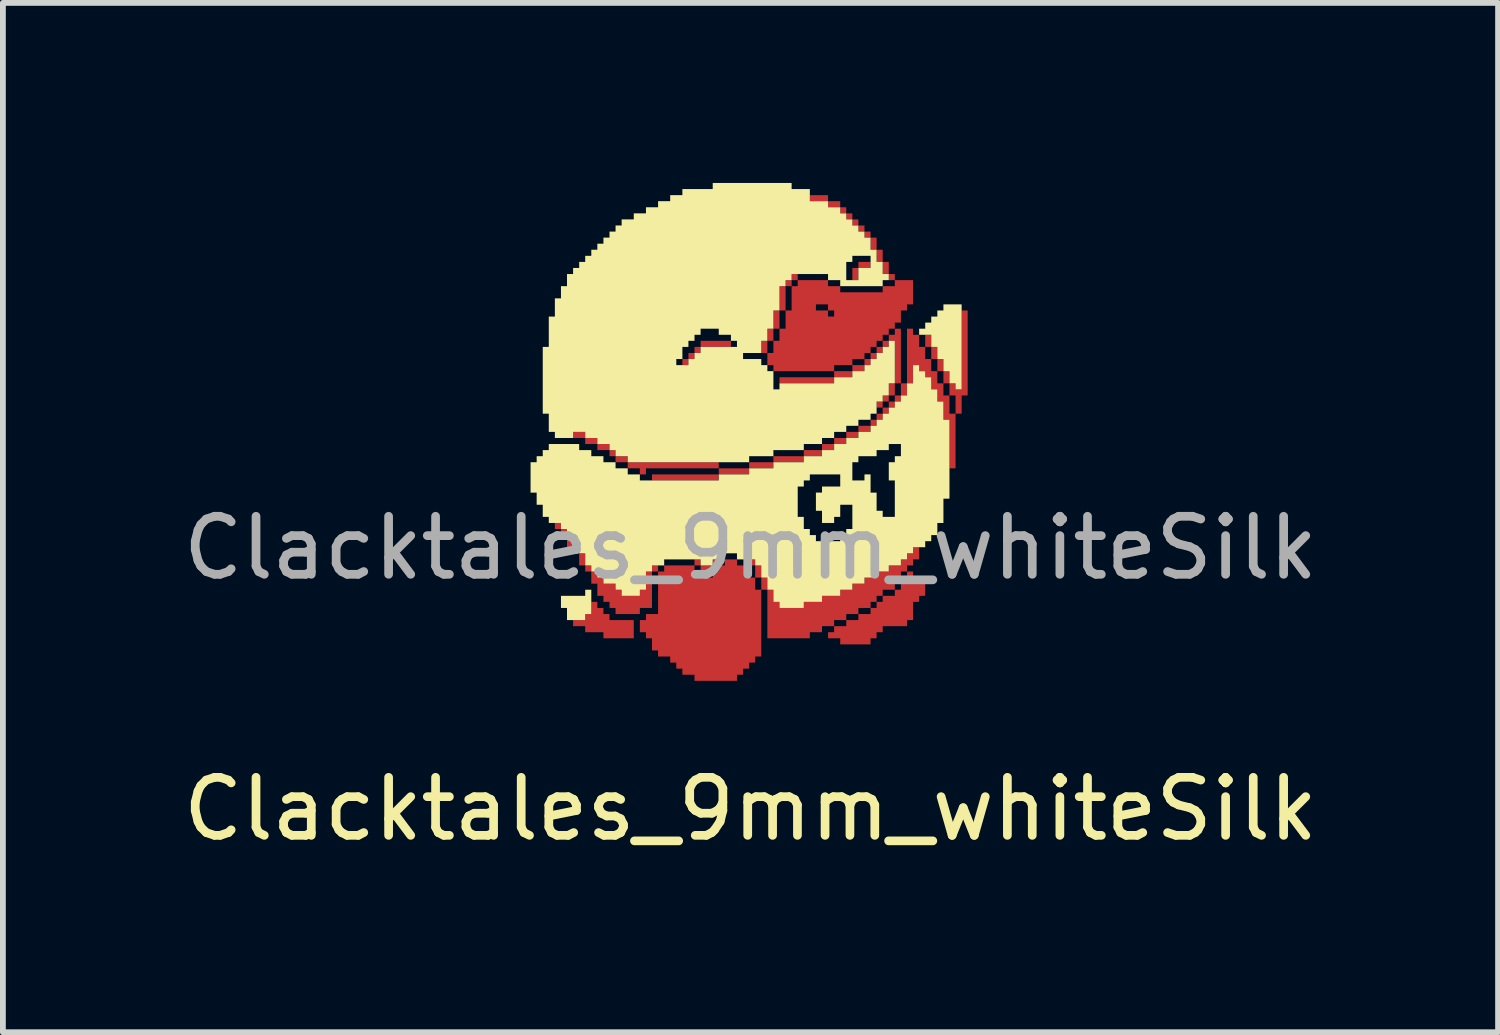
<source format=kicad_pcb>
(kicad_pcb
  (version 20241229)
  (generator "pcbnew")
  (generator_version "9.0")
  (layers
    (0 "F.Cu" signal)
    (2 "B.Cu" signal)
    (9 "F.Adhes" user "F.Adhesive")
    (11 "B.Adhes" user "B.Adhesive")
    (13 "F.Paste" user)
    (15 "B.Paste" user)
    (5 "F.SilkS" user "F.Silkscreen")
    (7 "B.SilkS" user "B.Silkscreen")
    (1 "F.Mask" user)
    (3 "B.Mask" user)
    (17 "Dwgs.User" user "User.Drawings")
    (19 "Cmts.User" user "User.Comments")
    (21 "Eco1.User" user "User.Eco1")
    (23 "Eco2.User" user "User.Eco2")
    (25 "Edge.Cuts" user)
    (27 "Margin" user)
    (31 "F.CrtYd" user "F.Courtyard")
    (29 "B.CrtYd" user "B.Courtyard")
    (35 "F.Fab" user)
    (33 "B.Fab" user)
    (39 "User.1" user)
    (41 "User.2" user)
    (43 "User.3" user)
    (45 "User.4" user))
  (footprint "Clacktales_9mm_whiteSilk"
    (layer "F.Cu")
    (at 9.887 3.895)
    (property "Reference" "Clacktales_9mm_whiteSilk" (at 0 7 0) (unlocked yes) (layer "F.SilkS") (effects (font (size 1 1) (thickness 0.15))))
    (attr smd)
    (fp_poly (pts (xy -3.267 2.174) (xy -3.372 2.174) (xy -3.372 2.07) (xy -3.267 2.07)) (stroke (width 0) (type solid)) (fill yes) (layer "F.Cu"))
    (fp_poly (pts (xy -3.163 2.279) (xy -3.267 2.279) (xy -3.267 2.174) (xy -3.163 2.174)) (stroke (width 0) (type solid)) (fill yes) (layer "F.Cu"))
    (fp_poly (pts (xy -3.058 2.488) (xy -3.163 2.488) (xy -3.163 2.279) (xy -3.058 2.279)) (stroke (width 0) (type solid)) (fill yes) (layer "F.Cu"))
    (fp_poly (pts (xy -2.953 2.593) (xy -3.058 2.593) (xy -3.058 2.488) (xy -2.953 2.488)) (stroke (width 0) (type solid)) (fill yes) (layer "F.Cu"))
    (fp_poly (pts (xy -2.849 0.605) (xy -3.058 0.605) (xy -3.058 0.5) (xy -2.849 0.5)) (stroke (width 0) (type solid)) (fill yes) (layer "F.Cu"))
    (fp_poly (pts (xy -2.849 2.802) (xy -2.953 2.802) (xy -2.953 2.593) (xy -2.849 2.593)) (stroke (width 0) (type solid)) (fill yes) (layer "F.Cu"))
    (fp_poly (pts (xy -2.744 2.907) (xy -2.849 2.907) (xy -2.849 2.802) (xy -2.744 2.802)) (stroke (width 0) (type solid)) (fill yes) (layer "F.Cu"))
    (fp_poly (pts (xy -2.64 0.709) (xy -2.849 0.709) (xy -2.849 0.605) (xy -2.64 0.605)) (stroke (width 0) (type solid)) (fill yes) (layer "F.Cu"))
    (fp_poly (pts (xy -2.43 0.814) (xy -2.64 0.814) (xy -2.64 0.709) (xy -2.43 0.709)) (stroke (width 0) (type solid)) (fill yes) (layer "F.Cu"))
    (fp_poly (pts (xy -2.326 0.919) (xy -2.43 0.919) (xy -2.43 0.814) (xy -2.326 0.814)) (stroke (width 0) (type solid)) (fill yes) (layer "F.Cu"))
    (fp_poly (pts (xy -2.116 1.023) (xy -2.326 1.023) (xy -2.326 0.919) (xy -2.116 0.919)) (stroke (width 0) (type solid)) (fill yes) (layer "F.Cu"))
    (fp_poly (pts (xy -1.593 2.907) (xy -1.698 2.907) (xy -1.698 2.802) (xy -1.593 2.802)) (stroke (width 0) (type solid)) (fill yes) (layer "F.Cu"))
    (fp_poly (pts (xy -1.07 -0.651) (xy -1.174 -0.651) (xy -1.174 -0.756) (xy -1.07 -0.756)) (stroke (width 0) (type solid)) (fill yes) (layer "F.Cu"))
    (fp_poly (pts (xy -0.965 -0.756) (xy -1.07 -0.756) (xy -1.07 -0.86) (xy -0.965 -0.86)) (stroke (width 0) (type solid)) (fill yes) (layer "F.Cu"))
    (fp_poly (pts (xy -0.86 -0.86) (xy -0.965 -0.86) (xy -0.965 -0.965) (xy -0.86 -0.965)) (stroke (width 0) (type solid)) (fill yes) (layer "F.Cu"))
    (fp_poly (pts (xy -0.86 2.802) (xy -0.965 2.802) (xy -0.965 2.698) (xy -0.86 2.698)) (stroke (width 0) (type solid)) (fill yes) (layer "F.Cu"))
    (fp_poly (pts (xy -0.651 2.907) (xy -0.86 2.907) (xy -0.86 2.802) (xy -0.651 2.802)) (stroke (width 0) (type solid)) (fill yes) (layer "F.Cu"))
    (fp_poly (pts (xy -0.547 1.337) (xy -1.698 1.337) (xy -1.698 1.233) (xy -0.547 1.233)) (stroke (width 0) (type solid)) (fill yes) (layer "F.Cu"))
    (fp_poly (pts (xy -0.547 2.802) (xy -0.651 2.802) (xy -0.651 2.698) (xy -0.547 2.698)) (stroke (width 0) (type solid)) (fill yes) (layer "F.Cu"))
    (fp_poly (pts (xy -0.442 2.698) (xy -0.547 2.698) (xy -0.547 2.593) (xy -0.442 2.593)) (stroke (width 0) (type solid)) (fill yes) (layer "F.Cu"))
    (fp_poly (pts (xy -0.337 -0.965) (xy -0.86 -0.965) (xy -0.86 -1.07) (xy -0.337 -1.07)) (stroke (width 0) (type solid)) (fill yes) (layer "F.Cu"))
    (fp_poly (pts (xy -0.023 1.233) (xy -0.547 1.233) (xy -0.547 1.128) (xy -0.023 1.128)) (stroke (width 0) (type solid)) (fill yes) (layer "F.Cu"))
    (fp_poly (pts (xy 0.081 2.802) (xy -0.023 2.802) (xy -0.023 2.698) (xy 0.081 2.698)) (stroke (width 0) (type solid)) (fill yes) (layer "F.Cu"))
    (fp_poly (pts (xy 0.186 3.012) (xy 0.081 3.012) (xy 0.081 2.802) (xy 0.186 2.802)) (stroke (width 0) (type solid)) (fill yes) (layer "F.Cu"))
    (fp_poly (pts (xy 0.291 -0.86) (xy 0.186 -0.86) (xy 0.186 -1.07) (xy 0.291 -1.07)) (stroke (width 0) (type solid)) (fill yes) (layer "F.Cu"))
    (fp_poly (pts (xy 0.291 3.221) (xy 0.186 3.221) (xy 0.186 3.012) (xy 0.291 3.012)) (stroke (width 0) (type solid)) (fill yes) (layer "F.Cu"))
    (fp_poly (pts (xy 0.395 -1.07) (xy 0.291 -1.07) (xy 0.291 -1.279) (xy 0.395 -1.279)) (stroke (width 0) (type solid)) (fill yes) (layer "F.Cu"))
    (fp_poly (pts (xy 0.395 1.128) (xy -0.023 1.128) (xy -0.023 1.023) (xy 0.395 1.023)) (stroke (width 0) (type solid)) (fill yes) (layer "F.Cu"))
    (fp_poly (pts (xy 0.5 -1.279) (xy 0.395 -1.279) (xy 0.395 -1.593) (xy 0.5 -1.593)) (stroke (width 0) (type solid)) (fill yes) (layer "F.Cu"))
    (fp_poly (pts (xy 0.605 -1.593) (xy 0.5 -1.593) (xy 0.5 -2.012) (xy 0.605 -2.012)) (stroke (width 0) (type solid)) (fill yes) (layer "F.Cu"))
    (fp_poly (pts (xy 0.709 -2.012) (xy 0.605 -2.012) (xy 0.605 -2.116) (xy 0.709 -2.116)) (stroke (width 0) (type solid)) (fill yes) (layer "F.Cu"))
    (fp_poly (pts (xy 0.814 -2.116) (xy 0.709 -2.116) (xy 0.709 -2.221) (xy 0.814 -2.221)) (stroke (width 0) (type solid)) (fill yes) (layer "F.Cu"))
    (fp_poly (pts (xy 0.919 1.023) (xy 0.395 1.023) (xy 0.395 0.919) (xy 0.919 0.919)) (stroke (width 0) (type solid)) (fill yes) (layer "F.Cu"))
    (fp_poly (pts (xy 1.233 0.919) (xy 0.919 0.919) (xy 0.919 0.814) (xy 1.233 0.814)) (stroke (width 0) (type solid)) (fill yes) (layer "F.Cu"))
    (fp_poly (pts (xy 1.337 -3.477) (xy 1.023 -3.477) (xy 1.023 -3.581) (xy 1.337 -3.581)) (stroke (width 0) (type solid)) (fill yes) (layer "F.Cu"))
    (fp_poly (pts (xy 1.442 -0.337) (xy 0.5 -0.337) (xy 0.5 -0.442) (xy 1.442 -0.442)) (stroke (width 0) (type solid)) (fill yes) (layer "F.Cu"))
    (fp_poly (pts (xy 1.442 0.814) (xy 1.233 0.814) (xy 1.233 0.709) (xy 1.442 0.709)) (stroke (width 0) (type solid)) (fill yes) (layer "F.Cu"))
    (fp_poly (pts (xy 1.547 -3.372) (xy 1.337 -3.372) (xy 1.337 -3.477) (xy 1.547 -3.477)) (stroke (width 0) (type solid)) (fill yes) (layer "F.Cu"))
    (fp_poly (pts (xy 1.651 -3.267) (xy 1.547 -3.267) (xy 1.547 -3.372) (xy 1.651 -3.372)) (stroke (width 0) (type solid)) (fill yes) (layer "F.Cu"))
    (fp_poly (pts (xy 1.651 0.709) (xy 1.442 0.709) (xy 1.442 0.605) (xy 1.651 0.605)) (stroke (width 0) (type solid)) (fill yes) (layer "F.Cu"))
    (fp_poly (pts (xy 1.756 -3.163) (xy 1.651 -3.163) (xy 1.651 -3.267) (xy 1.756 -3.267)) (stroke (width 0) (type solid)) (fill yes) (layer "F.Cu"))
    (fp_poly (pts (xy 1.756 -0.442) (xy 1.442 -0.442) (xy 1.442 -0.547) (xy 1.756 -0.547)) (stroke (width 0) (type solid)) (fill yes) (layer "F.Cu"))
    (fp_poly (pts (xy 1.86 -3.058) (xy 1.756 -3.058) (xy 1.756 -3.163) (xy 1.86 -3.163)) (stroke (width 0) (type solid)) (fill yes) (layer "F.Cu"))
    (fp_poly (pts (xy 1.86 -2.116) (xy 1.756 -2.116) (xy 1.756 -2.326) (xy 1.86 -2.326)) (stroke (width 0) (type solid)) (fill yes) (layer "F.Cu"))
    (fp_poly (pts (xy 1.86 0.605) (xy 1.651 0.605) (xy 1.651 0.5) (xy 1.86 0.5)) (stroke (width 0) (type solid)) (fill yes) (layer "F.Cu"))
    (fp_poly (pts (xy 1.965 -2.953) (xy 1.86 -2.953) (xy 1.86 -3.058) (xy 1.965 -3.058)) (stroke (width 0) (type solid)) (fill yes) (layer "F.Cu"))
    (fp_poly (pts (xy 1.965 -0.547) (xy 1.756 -0.547) (xy 1.756 -0.651) (xy 1.965 -0.651)) (stroke (width 0) (type solid)) (fill yes) (layer "F.Cu"))
    (fp_poly (pts (xy 2.07 -2.849) (xy 1.965 -2.849) (xy 1.965 -2.953) (xy 2.07 -2.953)) (stroke (width 0) (type solid)) (fill yes) (layer "F.Cu"))
    (fp_poly (pts (xy 2.07 -2.326) (xy 1.86 -2.326) (xy 1.86 -2.43) (xy 2.07 -2.43)) (stroke (width 0) (type solid)) (fill yes) (layer "F.Cu"))
    (fp_poly (pts (xy 2.07 -0.651) (xy 1.965 -0.651) (xy 1.965 -0.756) (xy 2.07 -0.756)) (stroke (width 0) (type solid)) (fill yes) (layer "F.Cu"))
    (fp_poly (pts (xy 2.07 0.5) (xy 1.86 0.5) (xy 1.86 0.395) (xy 2.07 0.395)) (stroke (width 0) (type solid)) (fill yes) (layer "F.Cu"))
    (fp_poly (pts (xy 2.174 -2.64) (xy 2.07 -2.64) (xy 2.07 -2.849) (xy 2.174 -2.849)) (stroke (width 0) (type solid)) (fill yes) (layer "F.Cu"))
    (fp_poly (pts (xy 2.174 -0.756) (xy 2.07 -0.756) (xy 2.07 -0.86) (xy 2.174 -0.86)) (stroke (width 0) (type solid)) (fill yes) (layer "F.Cu"))
    (fp_poly (pts (xy 2.174 0.395) (xy 2.07 0.395) (xy 2.07 0.291) (xy 2.174 0.291)) (stroke (width 0) (type solid)) (fill yes) (layer "F.Cu"))
    (fp_poly (pts (xy 2.279 -2.43) (xy 2.174 -2.43) (xy 2.174 -2.64) (xy 2.279 -2.64)) (stroke (width 0) (type solid)) (fill yes) (layer "F.Cu"))
    (fp_poly (pts (xy 2.279 -0.86) (xy 2.174 -0.86) (xy 2.174 -0.965) (xy 2.279 -0.965)) (stroke (width 0) (type solid)) (fill yes) (layer "F.Cu"))
    (fp_poly (pts (xy 2.279 0.081) (xy 2.174 0.081) (xy 2.174 -0.023) (xy 2.279 -0.023)) (stroke (width 0) (type solid)) (fill yes) (layer "F.Cu"))
    (fp_poly (pts (xy 2.279 0.291) (xy 2.174 0.291) (xy 2.174 0.186) (xy 2.279 0.186)) (stroke (width 0) (type solid)) (fill yes) (layer "F.Cu"))
    (fp_poly (pts (xy 2.384 -2.221) (xy 2.279 -2.221) (xy 2.279 -2.43) (xy 2.384 -2.43)) (stroke (width 0) (type solid)) (fill yes) (layer "F.Cu"))
    (fp_poly (pts (xy 2.384 -0.965) (xy 2.279 -0.965) (xy 2.279 -1.07) (xy 2.384 -1.07)) (stroke (width 0) (type solid)) (fill yes) (layer "F.Cu"))
    (fp_poly (pts (xy 2.384 -0.023) (xy 2.279 -0.023) (xy 2.279 -0.128) (xy 2.384 -0.128)) (stroke (width 0) (type solid)) (fill yes) (layer "F.Cu"))
    (fp_poly (pts (xy 2.384 0.186) (xy 2.279 0.186) (xy 2.279 0.081) (xy 2.384 0.081)) (stroke (width 0) (type solid)) (fill yes) (layer "F.Cu"))
    (fp_poly (pts (xy 2.488 -2.116) (xy 2.384 -2.116) (xy 2.384 -2.221) (xy 2.488 -2.221)) (stroke (width 0) (type solid)) (fill yes) (layer "F.Cu"))
    (fp_poly (pts (xy 2.488 -0.128) (xy 2.384 -0.128) (xy 2.384 -0.337) (xy 2.488 -0.337)) (stroke (width 0) (type solid)) (fill yes) (layer "F.Cu"))
    (fp_poly (pts (xy 2.488 0.081) (xy 2.384 0.081) (xy 2.384 -0.023) (xy 2.488 -0.023)) (stroke (width 0) (type solid)) (fill yes) (layer "F.Cu"))
    (fp_poly (pts (xy 2.593 -0.023) (xy 2.488 -0.023) (xy 2.488 -0.128) (xy 2.593 -0.128)) (stroke (width 0) (type solid)) (fill yes) (layer "F.Cu"))
    (fp_poly (pts (xy 2.698 -0.128) (xy 2.593 -0.128) (xy 2.593 -0.337) (xy 2.698 -0.337)) (stroke (width 0) (type solid)) (fill yes) (layer "F.Cu"))
    (fp_poly (pts (xy 3.116 -0.965) (xy 3.012 -0.965) (xy 3.012 -1.174) (xy 3.116 -1.174)) (stroke (width 0) (type solid)) (fill yes) (layer "F.Cu"))
    (fp_poly (pts (xy 3.221 -0.756) (xy 3.116 -0.756) (xy 3.116 -0.965) (xy 3.221 -0.965)) (stroke (width 0) (type solid)) (fill yes) (layer "F.Cu"))
    (fp_poly (pts (xy 3.326 -0.547) (xy 3.221 -0.547) (xy 3.221 -0.756) (xy 3.326 -0.756)) (stroke (width 0) (type solid)) (fill yes) (layer "F.Cu"))
    (fp_poly (pts (xy 3.43 -0.337) (xy 3.326 -0.337) (xy 3.326 -0.547) (xy 3.43 -0.547)) (stroke (width 0) (type solid)) (fill yes) (layer "F.Cu"))
    (fp_poly (pts (xy -0.547 1.128) (xy -1.802 1.128) (xy -1.802 1.233) (xy -1.907 1.233) (xy -1.907 1.128) (xy -2.116 1.128) (xy -2.116 1.023) (xy -0.547 1.023)) (stroke (width 0) (type solid)) (fill yes) (layer "F.Cu"))
    (fp_poly (pts (xy 2.593 -0.337) (xy 2.488 -0.337) (xy 2.488 -1.07) (xy 2.384 -1.07) (xy 2.384 -1.174) (xy 2.488 -1.174) (xy 2.488 -1.279) (xy 2.593 -1.279)) (stroke (width 0) (type solid)) (fill yes) (layer "F.Cu"))
    (fp_poly (pts (xy 3.744 -0.128) (xy 3.64 -0.128) (xy 3.64 0.186) (xy 3.535 0.186) (xy 3.535 -0.128) (xy 3.43 -0.128) (xy 3.43 -0.337) (xy 3.535 -0.337) (xy 3.535 -0.233) (xy 3.64 -0.233) (xy 3.64 -1.593) (xy 3.744 -1.593)) (stroke (width 0) (type solid)) (fill yes) (layer "F.Cu"))
    (fp_poly (pts (xy -2.64 3.535) (xy -2.535 3.535) (xy -2.535 3.64) (xy -2.43 3.64) (xy -2.43 3.744) (xy -2.012 3.744) (xy -2.012 4.058) (xy -2.535 4.058) (xy -2.535 3.953) (xy -2.849 3.953) (xy -2.849 3.849) (xy -3.058 3.849) (xy -3.058 3.744) (xy -2.849 3.744) (xy -2.849 3.64) (xy -2.744 3.64) (xy -2.744 3.43) (xy -2.64 3.43)) (stroke (width 0) (type solid)) (fill yes) (layer "F.Cu"))
    (fp_poly (pts (xy -2.64 3.012) (xy -2.535 3.012) (xy -2.535 3.116) (xy -2.326 3.116) (xy -2.326 3.221) (xy -2.221 3.221) (xy -2.221 3.326) (xy -1.907 3.326) (xy -1.907 3.221) (xy -1.802 3.221) (xy -1.802 2.907) (xy -1.698 2.907) (xy -1.698 3.535) (xy -1.907 3.535) (xy -1.907 3.64) (xy -2.326 3.64) (xy -2.326 3.535) (xy -2.43 3.535) (xy -2.43 3.43) (xy -2.535 3.43) (xy -2.535 3.326) (xy -2.64 3.326) (xy -2.64 3.116) (xy -2.744 3.116) (xy -2.744 2.907) (xy -2.64 2.907)) (stroke (width 0) (type solid)) (fill yes) (layer "F.Cu"))
    (fp_poly (pts (xy 2.802 -1.174) (xy 2.907 -1.174) (xy 2.907 -0.965) (xy 3.012 -0.965) (xy 3.012 -0.756) (xy 3.116 -0.756) (xy 3.116 -0.547) (xy 3.221 -0.547) (xy 3.221 -0.337) (xy 3.326 -0.337) (xy 3.326 -0.128) (xy 3.43 -0.128) (xy 3.43 0.186) (xy 3.535 0.186) (xy 3.535 1.128) (xy 3.43 1.128) (xy 3.43 0.291) (xy 3.326 0.291) (xy 3.326 -0.023) (xy 3.221 -0.023) (xy 3.221 -0.233) (xy 3.116 -0.233) (xy 3.116 -0.442) (xy 3.012 -0.442) (xy 3.012 -0.547) (xy 2.907 -0.547) (xy 2.907 -0.651) (xy 2.802 -0.651) (xy 2.802 -0.337) (xy 2.698 -0.337) (xy 2.698 -1.279) (xy 2.802 -1.279)) (stroke (width 0) (type solid)) (fill yes) (layer "F.Cu"))
    (fp_poly (pts (xy 2.802 3.012) (xy 3.012 3.012) (xy 3.012 3.326) (xy 2.907 3.326) (xy 2.907 3.43) (xy 2.802 3.43) (xy 2.802 3.744) (xy 2.698 3.744) (xy 2.698 3.849) (xy 2.279 3.849) (xy 2.279 3.953) (xy 2.174 3.953) (xy 2.174 4.058) (xy 2.07 4.058) (xy 2.07 4.163) (xy 1.547 4.163) (xy 1.547 4.058) (xy 1.337 4.058) (xy 1.337 3.953) (xy 1.442 3.953) (xy 1.442 3.849) (xy 1.651 3.849) (xy 1.651 3.744) (xy 1.86 3.744) (xy 1.86 3.64) (xy 2.07 3.64) (xy 2.07 3.535) (xy 2.174 3.535) (xy 2.174 3.43) (xy 2.279 3.43) (xy 2.279 3.326) (xy 2.488 3.326) (xy 2.488 3.221) (xy 2.593 3.221) (xy 2.593 3.116) (xy 2.698 3.116) (xy 2.698 2.907) (xy 2.802 2.907)) (stroke (width 0) (type solid)) (fill yes) (layer "F.Cu"))
    (fp_poly (pts (xy -0.233 2.802) (xy -0.023 2.802) (xy -0.023 3.012) (xy 0.081 3.012) (xy 0.081 3.221) (xy 0.186 3.221) (xy 0.186 4.372) (xy 0.081 4.372) (xy 0.081 4.477) (xy -0.023 4.477) (xy -0.023 4.581) (xy -0.128 4.581) (xy -0.128 4.686) (xy -0.233 4.686) (xy -0.233 4.791) (xy -0.965 4.791) (xy -0.965 4.686) (xy -1.174 4.686) (xy -1.174 4.581) (xy -1.279 4.581) (xy -1.279 4.477) (xy -1.384 4.477) (xy -1.384 4.372) (xy -1.593 4.372) (xy -1.593 4.267) (xy -1.698 4.267) (xy -1.698 4.058) (xy -1.802 4.058) (xy -1.802 3.953) (xy -1.907 3.953) (xy -1.907 3.744) (xy -1.802 3.744) (xy -1.802 3.64) (xy -1.593 3.64) (xy -1.593 2.907) (xy -1.488 2.907) (xy -1.488 2.802) (xy -0.965 2.802) (xy -0.965 2.907) (xy -0.86 2.907) (xy -0.86 3.012) (xy -0.651 3.012) (xy -0.651 2.907) (xy -0.547 2.907) (xy -0.547 2.802) (xy -0.442 2.802) (xy -0.442 2.698) (xy -0.233 2.698)) (stroke (width 0) (type solid)) (fill yes) (layer "F.Cu"))
    (fp_poly (pts (xy 2.907 2.698) (xy 2.802 2.698) (xy 2.802 2.802) (xy 2.698 2.802) (xy 2.698 2.907) (xy 2.593 2.907) (xy 2.593 3.116) (xy 2.488 3.116) (xy 2.488 3.221) (xy 2.279 3.221) (xy 2.279 3.326) (xy 2.174 3.326) (xy 2.174 3.43) (xy 2.07 3.43) (xy 2.07 3.535) (xy 1.86 3.535) (xy 1.86 3.64) (xy 1.651 3.64) (xy 1.651 3.744) (xy 1.442 3.744) (xy 1.442 3.849) (xy 1.233 3.849) (xy 1.233 3.953) (xy 1.023 3.953) (xy 1.023 4.058) (xy 0.291 4.058) (xy 0.291 3.221) (xy 0.395 3.221) (xy 0.395 3.43) (xy 0.5 3.43) (xy 0.5 3.535) (xy 0.919 3.535) (xy 0.919 3.43) (xy 1.233 3.43) (xy 1.233 3.326) (xy 1.547 3.326) (xy 1.547 3.221) (xy 1.756 3.221) (xy 1.756 3.116) (xy 1.965 3.116) (xy 1.965 3.012) (xy 2.174 3.012) (xy 2.174 2.907) (xy 2.384 2.907) (xy 2.384 2.802) (xy 2.593 2.802) (xy 2.593 2.698) (xy 2.698 2.698) (xy 2.698 2.593) (xy 2.802 2.593) (xy 2.802 2.488) (xy 2.907 2.488)) (stroke (width 0) (type solid)) (fill yes) (layer "F.Cu"))
    (fp_poly (pts (xy 1.337 -2.012) (xy 1.547 -2.012) (xy 1.547 -1.907) (xy 2.279 -1.907) (xy 2.279 -2.012) (xy 2.488 -2.012) (xy 2.488 -2.116) (xy 2.802 -2.116) (xy 2.802 -1.698) (xy 2.698 -1.698) (xy 2.698 -1.593) (xy 2.593 -1.593) (xy 2.593 -1.384) (xy 2.488 -1.384) (xy 2.488 -1.279) (xy 2.384 -1.279) (xy 2.384 -1.174) (xy 2.279 -1.174) (xy 2.279 -1.07) (xy 2.174 -1.07) (xy 2.174 -0.965) (xy 2.07 -0.965) (xy 2.07 -0.86) (xy 1.965 -0.86) (xy 1.965 -0.756) (xy 1.756 -0.756) (xy 1.756 -0.651) (xy 1.442 -0.651) (xy 1.442 -0.546) (xy 0.395 -0.546) (xy 0.395 -0.651) (xy 0.291 -0.651) (xy 0.291 -0.86) (xy 0.395 -0.86) (xy 0.395 -1.07) (xy 0.5 -1.07) (xy 0.5 -1.279) (xy 0.605 -1.279) (xy 0.605 -1.593) (xy 0.709 -1.593) (xy 0.709 -1.698) (xy 1.128 -1.698) (xy 1.128 -1.593) (xy 1.337 -1.593) (xy 1.337 -1.488) (xy 1.442 -1.488) (xy 1.442 -1.593) (xy 1.337 -1.593) (xy 1.337 -1.698) (xy 1.128 -1.698) (xy 0.709 -1.698) (xy 0.709 -2.012) (xy 0.814 -2.012) (xy 0.814 -2.116) (xy 1.337 -2.116)) (stroke (width 0) (type solid)) (fill yes) (layer "F.Cu"))
    (fp_poly (pts (xy 0.919 1.965) (xy 0.814 1.965) (xy 0.814 1.442) (xy 0.919 1.442)) (stroke (width 0) (type solid)) (fill yes) (layer "F.Mask"))
    (fp_poly (pts (xy 1.023 1.442) (xy 0.919 1.442) (xy 0.919 1.337) (xy 1.023 1.337)) (stroke (width 0) (type solid)) (fill yes) (layer "F.Mask"))
    (fp_poly (pts (xy 1.023 2.174) (xy 0.919 2.174) (xy 0.919 1.965) (xy 1.023 1.965)) (stroke (width 0) (type solid)) (fill yes) (layer "F.Mask"))
    (fp_poly (pts (xy 1.128 1.337) (xy 1.023 1.337) (xy 1.023 1.233) (xy 1.128 1.233)) (stroke (width 0) (type solid)) (fill yes) (layer "F.Mask"))
    (fp_poly (pts (xy 1.128 2.279) (xy 1.023 2.279) (xy 1.023 2.174) (xy 1.128 2.174)) (stroke (width 0) (type solid)) (fill yes) (layer "F.Mask"))
    (fp_poly (pts (xy 1.547 2.384) (xy 1.128 2.384) (xy 1.128 2.279) (xy 1.547 2.279)) (stroke (width 0) (type solid)) (fill yes) (layer "F.Mask"))
    (fp_poly (pts (xy 1.651 2.279) (xy 1.547 2.279) (xy 1.547 2.174) (xy 1.651 2.174)) (stroke (width 0) (type solid)) (fill yes) (layer "F.Mask"))
    (fp_poly (pts (xy 1.756 2.174) (xy 1.651 2.174) (xy 1.651 2.07) (xy 1.756 2.07)) (stroke (width 0) (type solid)) (fill yes) (layer "F.Mask"))
    (fp_poly (pts (xy 1.965 1.337) (xy 1.756 1.337) (xy 1.756 1.233) (xy 1.965 1.233)) (stroke (width 0) (type solid)) (fill yes) (layer "F.Mask"))
    (fp_poly (pts (xy 2.279 1.86) (xy 2.174 1.86) (xy 2.174 1.547) (xy 2.279 1.547)) (stroke (width 0) (type solid)) (fill yes) (layer "F.Mask"))
    (fp_poly (pts (xy 2.488 1.965) (xy 2.279 1.965) (xy 2.279 1.86) (xy 2.488 1.86)) (stroke (width 0) (type solid)) (fill yes) (layer "F.Mask"))
    (fp_poly (pts (xy 2.174 1.547) (xy 2.07 1.547) (xy 2.07 1.233) (xy 1.965 1.233) (xy 1.965 1.128) (xy 2.174 1.128)) (stroke (width 0) (type solid)) (fill yes) (layer "F.Mask"))
    (fp_poly (pts (xy 2.593 0.919) (xy 2.488 0.919) (xy 2.488 1.023) (xy 2.384 1.023) (xy 2.384 1.337) (xy 2.488 1.337) (xy 2.488 1.86) (xy 2.279 1.86) (xy 2.279 1.547) (xy 2.174 1.547) (xy 2.174 1.128) (xy 1.965 1.128) (xy 1.965 1.233) (xy 1.756 1.233) (xy 1.756 1.023) (xy 1.86 1.023) (xy 1.86 0.919) (xy 2.174 0.919) (xy 2.174 0.814) (xy 2.384 0.814) (xy 2.384 0.709) (xy 2.593 0.709)) (stroke (width 0) (type solid)) (fill yes) (layer "F.Mask"))
    (fp_poly (pts (xy 1.547 1.442) (xy 1.233 1.442) (xy 1.233 1.547) (xy 1.128 1.547) (xy 1.128 1.86) (xy 1.233 1.86) (xy 1.233 2.07) (xy 1.442 2.07) (xy 1.442 1.965) (xy 1.547 1.965) (xy 1.547 1.756) (xy 1.756 1.756) (xy 1.756 2.07) (xy 1.651 2.07) (xy 1.651 2.174) (xy 1.547 2.174) (xy 1.547 2.279) (xy 1.128 2.279) (xy 1.128 2.174) (xy 1.023 2.174) (xy 1.023 1.965) (xy 0.919 1.965) (xy 0.919 1.442) (xy 1.023 1.442) (xy 1.023 1.337) (xy 1.128 1.337) (xy 1.128 1.233) (xy 1.547 1.233)) (stroke (width 0) (type solid)) (fill yes) (layer "F.Mask"))
    (fp_poly (pts (xy 2.802 3.012) (xy 3.012 3.012) (xy 3.012 3.326) (xy 2.907 3.326) (xy 2.907 3.43) (xy 2.802 3.43) (xy 2.802 3.744) (xy 2.698 3.744) (xy 2.698 3.849) (xy 2.279 3.849) (xy 2.279 3.953) (xy 2.174 3.953) (xy 2.174 4.058) (xy 2.07 4.058) (xy 2.07 4.163) (xy 1.547 4.163) (xy 1.547 4.058) (xy 1.337 4.058) (xy 1.337 3.953) (xy 1.442 3.953) (xy 1.442 3.849) (xy 1.651 3.849) (xy 1.651 3.744) (xy 1.86 3.744) (xy 1.86 3.64) (xy 2.07 3.64) (xy 2.07 3.535) (xy 2.174 3.535) (xy 2.174 3.43) (xy 2.279 3.43) (xy 2.279 3.326) (xy 2.488 3.326) (xy 2.488 3.221) (xy 2.593 3.221) (xy 2.593 3.116) (xy 2.698 3.116) (xy 2.698 2.907) (xy 2.802 2.907)) (stroke (width 0) (type solid)) (fill yes) (layer "F.Mask"))
    (fp_poly (pts (xy -0.233 2.802) (xy -0.023 2.802) (xy -0.023 3.012) (xy 0.081 3.012) (xy 0.081 3.221) (xy 0.186 3.221) (xy 0.186 4.372) (xy 0.081 4.372) (xy 0.081 4.477) (xy -0.023 4.477) (xy -0.023 4.581) (xy -0.128 4.581) (xy -0.128 4.686) (xy -0.233 4.686) (xy -0.233 4.791) (xy -0.965 4.791) (xy -0.965 4.686) (xy -1.174 4.686) (xy -1.174 4.581) (xy -1.279 4.581) (xy -1.279 4.477) (xy -1.384 4.477) (xy -1.384 4.372) (xy -1.593 4.372) (xy -1.593 4.267) (xy -1.698 4.267) (xy -1.698 4.058) (xy -1.802 4.058) (xy -1.802 3.953) (xy -1.907 3.953) (xy -1.907 3.744) (xy -1.802 3.744) (xy -1.802 3.64) (xy -1.593 3.64) (xy -1.593 2.907) (xy -1.488 2.907) (xy -1.488 2.802) (xy -0.965 2.802) (xy -0.965 2.907) (xy -0.86 2.907) (xy -0.86 3.012) (xy -0.651 3.012) (xy -0.651 2.907) (xy -0.547 2.907) (xy -0.547 2.802) (xy -0.442 2.802) (xy -0.442 2.698) (xy -0.233 2.698)) (stroke (width 0) (type solid)) (fill yes) (layer "F.Mask"))
    (fp_poly (pts (xy 1.337 -2.012) (xy 1.547 -2.012) (xy 1.547 -1.907) (xy 2.279 -1.907) (xy 2.279 -2.012) (xy 2.488 -2.012) (xy 2.488 -2.116) (xy 2.802 -2.116) (xy 2.802 -1.698) (xy 2.698 -1.698) (xy 2.698 -1.593) (xy 2.593 -1.593) (xy 2.593 -1.384) (xy 2.488 -1.384) (xy 2.488 -1.279) (xy 2.384 -1.279) (xy 2.384 -1.174) (xy 2.279 -1.174) (xy 2.279 -1.07) (xy 2.174 -1.07) (xy 2.174 -0.965) (xy 2.07 -0.965) (xy 2.07 -0.86) (xy 1.965 -0.86) (xy 1.965 -0.756) (xy 1.756 -0.756) (xy 1.756 -0.651) (xy 1.442 -0.651) (xy 1.442 -0.546) (xy 0.395 -0.546) (xy 0.395 -0.651) (xy 0.291 -0.651) (xy 0.291 -0.86) (xy 0.395 -0.86) (xy 0.395 -1.07) (xy 0.5 -1.07) (xy 0.5 -1.279) (xy 0.605 -1.279) (xy 0.605 -1.593) (xy 0.709 -1.593) (xy 0.709 -1.698) (xy 1.128 -1.698) (xy 1.128 -1.593) (xy 1.337 -1.593) (xy 1.337 -1.488) (xy 1.442 -1.488) (xy 1.442 -1.593) (xy 1.337 -1.593) (xy 1.337 -1.698) (xy 1.128 -1.698) (xy 0.709 -1.698) (xy 0.709 -2.012) (xy 0.814 -2.012) (xy 0.814 -2.116) (xy 1.337 -2.116)) (stroke (width 0) (type solid)) (fill yes) (layer "F.Mask"))
    (fp_poly (pts (xy 3.326 -0.023) (xy 3.326 -0.023) (xy 3.326 -0.023) (xy 3.326 -0.023) (xy 3.326 -0.023)) (stroke (width 0) (type solid)) (fill yes) (layer "F.SilkS"))
    (fp_poly (pts (xy -2.744 3.64) (xy -2.849 3.64) (xy -2.849 3.744) (xy -3.163 3.744) (xy -3.163 3.535) (xy -3.267 3.535) (xy -3.267 3.326) (xy -2.849 3.326) (xy -2.849 3.221) (xy -2.744 3.221)) (stroke (width 0) (type solid)) (fill yes) (layer "F.SilkS"))
    (fp_poly (pts (xy 3.64 -0.233) (xy 3.535 -0.233) (xy 3.535 -0.337) (xy 3.43 -0.337) (xy 3.43 -0.546) (xy 3.326 -0.546) (xy 3.326 -0.756) (xy 3.221 -0.756) (xy 3.221 -0.965) (xy 3.116 -0.965) (xy 3.116 -1.174) (xy 2.907 -1.174) (xy 2.907 -1.279) (xy 3.012 -1.279) (xy 3.012 -1.384) (xy 3.116 -1.384) (xy 3.116 -1.488) (xy 3.221 -1.488) (xy 3.221 -1.593) (xy 3.326 -1.593) (xy 3.326 -1.698) (xy 3.64 -1.698)) (stroke (width 0) (type solid)) (fill yes) (layer "F.SilkS"))
    (fp_poly (pts (xy 0.709 -3.686) (xy 1.023 -3.686) (xy 1.023 -3.477) (xy 1.337 -3.477) (xy 1.337 -3.372) (xy 1.547 -3.372) (xy 1.547 -3.267) (xy 1.651 -3.267) (xy 1.651 -3.163) (xy 1.756 -3.163) (xy 1.756 -3.058) (xy 1.86 -3.058) (xy 1.86 -2.953) (xy 1.965 -2.953) (xy 1.965 -2.849) (xy 2.07 -2.849) (xy 2.07 -2.64) (xy 2.174 -2.64) (xy 2.174 -2.43) (xy 2.279 -2.43) (xy 2.279 -2.221) (xy 2.384 -2.221) (xy 2.384 -2.116) (xy 2.279 -2.116) (xy 2.279 -2.012) (xy 1.547 -2.012) (xy 1.547 -2.116) (xy 1.337 -2.116) (xy 1.337 -2.116) (xy 1.651 -2.116) (xy 1.86 -2.116) (xy 1.86 -2.326) (xy 2.07 -2.326) (xy 2.07 -2.535) (xy 1.756 -2.535) (xy 1.756 -2.43) (xy 1.651 -2.43) (xy 1.651 -2.116) (xy 1.337 -2.116) (xy 1.337 -2.221) (xy 0.709 -2.221) (xy 0.709 -2.116) (xy 0.605 -2.116) (xy 0.605 -2.012) (xy 0.5 -2.012) (xy 0.5 -1.593) (xy 0.395 -1.593) (xy 0.395 -1.279) (xy 0.291 -1.279) (xy 0.291 -1.07) (xy 0.186 -1.07) (xy 0.186 -0.86) (xy -0.128 -0.86) (xy -0.128 -0.756) (xy 0.186 -0.756) (xy 0.186 -0.651) (xy 0.291 -0.651) (xy 0.291 -0.547) (xy 0.395 -0.547) (xy 0.395 -0.233) (xy 0.5 -0.233) (xy 0.5 -0.337) (xy 1.442 -0.337) (xy 1.442 -0.442) (xy 1.756 -0.442) (xy 1.756 -0.547) (xy 1.965 -0.547) (xy 1.965 -0.651) (xy 2.07 -0.651) (xy 2.07 -0.756) (xy 2.174 -0.756) (xy 2.174 -0.86) (xy 2.279 -0.86) (xy 2.279 -0.965) (xy 2.384 -0.965) (xy 2.384 -1.07) (xy 2.488 -1.07) (xy 2.488 -0.337) (xy 2.384 -0.337) (xy 2.384 -0.128) (xy 2.279 -0.128) (xy 2.279 -0.023) (xy 2.174 -0.023) (xy 2.174 0.186) (xy 2.07 0.186) (xy 2.07 0.291) (xy 1.86 0.291) (xy 1.86 0.395) (xy 1.651 0.395) (xy 1.651 0.5) (xy 1.442 0.5) (xy 1.442 0.605) (xy 1.233 0.605) (xy 1.233 0.709) (xy 0.919 0.709) (xy 0.919 0.814) (xy 0.395 0.814) (xy 0.395 0.919) (xy -0.023 0.919) (xy -0.023 1.023) (xy -2.116 1.023) (xy -2.116 0.919) (xy -2.326 0.919) (xy -2.326 0.814) (xy -2.43 0.814) (xy -2.43 0.709) (xy -2.64 0.709) (xy -2.64 0.605) (xy -2.849 0.605) (xy -2.849 0.5) (xy -3.058 0.5) (xy -3.058 0.605) (xy -3.372 0.605) (xy -3.372 0.5) (xy -3.477 0.5) (xy -3.477 0.186) (xy -3.581 0.186) (xy -3.581 -0.651) (xy -1.279 -0.651) (xy -1.07 -0.651) (xy -1.07 -0.756) (xy -0.965 -0.756) (xy -0.965 -0.86) (xy -0.86 -0.86) (xy -0.86 -0.965) (xy -0.233 -0.965) (xy -0.233 -1.07) (xy -0.337 -1.07) (xy -0.337 -1.174) (xy -0.547 -1.174) (xy -0.547 -1.279) (xy -0.86 -1.279) (xy -0.86 -1.174) (xy -0.965 -1.174) (xy -0.965 -1.07) (xy -1.07 -1.07) (xy -1.07 -0.965) (xy -1.174 -0.965) (xy -1.174 -0.756) (xy -1.279 -0.756) (xy -1.279 -0.651) (xy -3.581 -0.651) (xy -3.581 -0.965) (xy -3.477 -0.965) (xy -3.477 -1.488) (xy -3.372 -1.488) (xy -3.372 -1.802) (xy -3.267 -1.802) (xy -3.267 -2.012) (xy -3.163 -2.012) (xy -3.163 -2.221) (xy -3.058 -2.221) (xy -3.058 -2.326) (xy -2.953 -2.326) (xy -2.953 -2.43) (xy -2.849 -2.43) (xy -2.849 -2.535) (xy -2.744 -2.535) (xy -2.744 -2.64) (xy -2.64 -2.64) (xy -2.64 -2.744) (xy -2.535 -2.744) (xy -2.535 -2.849) (xy -2.43 -2.849) (xy -2.43 -2.953) (xy -2.326 -2.953) (xy -2.326 -3.058) (xy -2.221 -3.058) (xy -2.221 -3.163) (xy -2.012 -3.163) (xy -2.012 -3.267) (xy -1.802 -3.267) (xy -1.802 -3.372) (xy -1.593 -3.372) (xy -1.593 -3.477) (xy -1.384 -3.477) (xy -1.384 -3.581) (xy -1.174 -3.581) (xy -1.174 -3.686) (xy -0.651 -3.686) (xy -0.651 -3.791) (xy 0.709 -3.791)) (stroke (width 0) (type solid)) (fill yes) (layer "F.SilkS"))
    (fp_poly (pts (xy 2.907 -0.546) (xy 3.012 -0.546) (xy 3.012 -0.442) (xy 3.116 -0.442) (xy 3.116 -0.233) (xy 3.221 -0.233) (xy 3.221 -0.023) (xy 3.326 -0.023) (xy 3.326 0.291) (xy 3.43 0.291) (xy 3.43 1.651) (xy 3.326 1.651) (xy 3.326 2.07) (xy 3.221 2.07) (xy 3.221 2.279) (xy 3.116 2.279) (xy 3.116 2.384) (xy 3.012 2.384) (xy 3.012 2.488) (xy 2.802 2.488) (xy 2.802 2.593) (xy 2.698 2.593) (xy 2.698 2.698) (xy 2.593 2.698) (xy 2.593 2.802) (xy 2.384 2.802) (xy 2.384 2.907) (xy 2.174 2.907) (xy 2.174 3.012) (xy 1.965 3.012) (xy 1.965 3.116) (xy 1.756 3.116) (xy 1.756 3.221) (xy 1.547 3.221) (xy 1.547 3.326) (xy 1.233 3.326) (xy 1.233 3.43) (xy 0.919 3.43) (xy 0.919 3.535) (xy 0.5 3.535) (xy 0.5 3.43) (xy 0.395 3.43) (xy 0.395 3.221) (xy 0.291 3.221) (xy 0.291 3.012) (xy 0.186 3.012) (xy 0.186 2.802) (xy 0.081 2.802) (xy 0.081 2.698) (xy -0.233 2.698) (xy -0.233 2.593) (xy -0.547 2.593) (xy -0.547 2.698) (xy -0.651 2.698) (xy -0.651 2.802) (xy -0.86 2.802) (xy -0.86 2.698) (xy -1.488 2.698) (xy -1.488 2.802) (xy -1.698 2.802) (xy -1.698 2.907) (xy -1.802 2.907) (xy -1.802 3.221) (xy -1.907 3.221) (xy -1.907 3.326) (xy -2.221 3.326) (xy -2.221 3.221) (xy -2.326 3.221) (xy -2.326 3.116) (xy -2.535 3.116) (xy -2.535 3.012) (xy -2.64 3.012) (xy -2.64 2.907) (xy -2.744 2.907) (xy -2.744 2.802) (xy -2.849 2.802) (xy -2.849 2.593) (xy -2.953 2.593) (xy -2.953 2.488) (xy -3.058 2.488) (xy -3.058 2.279) (xy -3.163 2.279) (xy -3.163 2.174) (xy -3.267 2.174) (xy -3.267 2.07) (xy -3.477 2.07) (xy -3.477 1.965) (xy 0.814 1.965) (xy 0.919 1.965) (xy 0.919 2.174) (xy 1.023 2.174) (xy 1.023 2.279) (xy 1.128 2.279) (xy 1.128 2.384) (xy 1.547 2.384) (xy 1.547 2.279) (xy 1.651 2.279) (xy 1.651 2.174) (xy 1.756 2.174) (xy 1.756 2.174) (xy 1.756 2.174) (xy 1.756 2.174) (xy 1.756 2.174) (xy 1.756 2.174) (xy 1.756 1.756) (xy 1.547 1.756) (xy 1.547 1.965) (xy 1.442 1.965) (xy 1.442 2.07) (xy 1.233 2.07) (xy 1.233 1.86) (xy 1.128 1.86) (xy 1.128 1.546) (xy 1.233 1.546) (xy 1.233 1.442) (xy 1.547 1.442) (xy 1.547 1.337) (xy 1.756 1.337) (xy 1.965 1.337) (xy 1.965 1.233) (xy 2.07 1.233) (xy 2.07 1.547) (xy 2.174 1.547) (xy 2.174 1.86) (xy 2.279 1.86) (xy 2.279 1.965) (xy 2.488 1.965) (xy 2.488 1.337) (xy 2.384 1.337) (xy 2.384 1.023) (xy 2.488 1.023) (xy 2.488 0.919) (xy 2.593 0.919) (xy 2.593 0.709) (xy 2.384 0.709) (xy 2.384 0.814) (xy 2.174 0.814) (xy 2.174 0.919) (xy 1.86 0.919) (xy 1.86 1.023) (xy 1.756 1.023) (xy 1.756 1.337) (xy 1.547 1.337) (xy 1.547 1.233) (xy 1.023 1.233) (xy 1.023 1.337) (xy 0.919 1.337) (xy 0.919 1.442) (xy 0.814 1.442) (xy 0.814 1.965) (xy -3.477 1.965) (xy -3.477 1.965) (xy -3.581 1.965) (xy -3.581 1.756) (xy -3.686 1.756) (xy -3.686 1.547) (xy -3.791 1.547) (xy -3.791 1.023) (xy -3.686 1.023) (xy -3.686 0.919) (xy -3.581 0.919) (xy -3.581 0.814) (xy -3.477 0.814) (xy -3.477 0.709) (xy -2.953 0.709) (xy -2.953 0.814) (xy -2.744 0.814) (xy -2.744 0.919) (xy -2.535 0.919) (xy -2.535 1.023) (xy -2.326 1.023) (xy -2.326 1.128) (xy -2.116 1.128) (xy -2.116 1.233) (xy -1.907 1.233) (xy -1.907 1.337) (xy -0.546 1.337) (xy -0.546 1.233) (xy -0.023 1.233) (xy -0.023 1.128) (xy 0.395 1.128) (xy 0.395 1.023) (xy 0.919 1.023) (xy 0.919 0.919) (xy 1.233 0.919) (xy 1.233 0.814) (xy 1.442 0.814) (xy 1.442 0.709) (xy 1.651 0.709) (xy 1.651 0.605) (xy 1.86 0.605) (xy 1.86 0.5) (xy 2.07 0.5) (xy 2.07 0.395) (xy 2.174 0.395) (xy 2.174 0.291) (xy 2.279 0.291) (xy 2.279 0.186) (xy 2.384 0.186) (xy 2.384 0.081) (xy 2.488 0.081) (xy 2.488 -0.023) (xy 2.593 -0.023) (xy 2.593 -0.128) (xy 2.698 -0.128) (xy 2.698 -0.337) (xy 2.802 -0.337) (xy 2.802 -0.651) (xy 2.907 -0.651)) (stroke (width 0) (type solid)) (fill yes) (layer "F.SilkS"))
    (fp_text user "${REFERENCE}" (at 0 2.5 0) (unlocked yes) (layer "F.Fab") (effects (font (size 1 1) (thickness 0.15))))
    (zone (net_name "") (layer "F.Cu") (hatch none 0.5) (connect_pads) (min_thickness 0.25) (filled_areas_thickness no) (keepout (tracks not_allowed) (vias not_allowed) (pads not_allowed) (copperpour not_allowed) (footprints allowed)) (placement (enabled no)) (fill) (polygon (pts (xy 10.596 0.105) (xy 10.91 0.105) (xy 10.91 0.209) (xy 11.224 0.209) (xy 11.224 0.314) (xy 11.433 0.314) (xy 11.433 0.419) (xy 11.538 0.419) (xy 11.538 0.523) (xy 11.643 0.523) (xy 11.643 0.628) (xy 11.747 0.628) (xy 11.747 0.733) (xy 11.852 0.733) (xy 11.852 0.837) (xy 11.957 0.837) (xy 11.957 0.942) (xy 12.061 0.942) (xy 12.061 1.047) (xy 12.166 1.047) (xy 12.166 1.256) (xy 12.271 1.256) (xy 12.271 1.465) (xy 12.375 1.465) (xy 12.375 1.674) (xy 12.689 1.674) (xy 12.689 1.779) (xy 12.794 1.779) (xy 12.794 2.198) (xy 12.689 2.198) (xy 12.689 2.302) (xy 12.585 2.302) (xy 12.585 2.512) (xy 12.689 2.512) (xy 12.689 2.616) (xy 12.794 2.616) (xy 12.794 2.512) (xy 12.899 2.512) (xy 12.899 2.407) (xy 13.003 2.407) (xy 13.003 2.302) (xy 13.108 2.302) (xy 13.108 2.198) (xy 13.212 2.198) (xy 13.212 2.093) (xy 13.526 2.093) (xy 13.526 2.198) (xy 13.631 2.198) (xy 13.631 2.302) (xy 13.736 2.302) (xy 13.736 3.767) (xy 13.631 3.767) (xy 13.631 4.186) (xy 13.526 4.186) (xy 13.526 5.023) (xy 13.422 5.023) (xy 13.422 5.547) (xy 13.317 5.547) (xy 13.317 5.965) (xy 13.212 5.965) (xy 13.212 6.174) (xy 13.108 6.174) (xy 13.108 6.279) (xy 13.003 6.279) (xy 13.003 6.384) (xy 12.899 6.384) (xy 12.899 6.593) (xy 12.794 6.593) (xy 12.794 6.802) (xy 12.899 6.802) (xy 12.899 6.907) (xy 13.003 6.907) (xy 13.003 7.221) (xy 12.899 7.221) (xy 12.899 7.326) (xy 12.794 7.326) (xy 12.794 7.64) (xy 12.689 7.64) (xy 12.689 7.744) (xy 12.585 7.744) (xy 12.585 7.849) (xy 12.166 7.849) (xy 12.166 7.953) (xy 12.061 7.953) (xy 12.061 8.058) (xy 11.957 8.058) (xy 11.957 8.163) (xy 11.433 8.163) (xy 11.433 8.058) (xy 11.224 8.058) (xy 11.224 7.953) (xy 11.015 7.953) (xy 11.015 8.058) (xy 10.178 8.058) (xy 10.178 8.267) (xy 10.073 8.267) (xy 10.073 8.372) (xy 9.968 8.372) (xy 9.968 8.477) (xy 9.864 8.477) (xy 9.864 8.581) (xy 9.759 8.581) (xy 9.759 8.686) (xy 9.654 8.686) (xy 9.654 8.791) (xy 8.922 8.791) (xy 8.922 8.686) (xy 8.712 8.686) (xy 8.712 8.581) (xy 8.608 8.581) (xy 8.608 8.477) (xy 8.503 8.477) (xy 8.503 8.372) (xy 8.294 8.372) (xy 8.294 8.267) (xy 8.189 8.267) (xy 8.189 8.163) (xy 8.085 8.163) (xy 8.085 8.058) (xy 7.352 8.058) (xy 7.352 7.953) (xy 7.038 7.953) (xy 7.038 7.849) (xy 6.829 7.849) (xy 6.829 7.744) (xy 6.619 7.744) (xy 6.619 7.535) (xy 6.515 7.535) (xy 6.515 7.221) (xy 6.619 7.221) (xy 6.619 7.116) (xy 7.038 7.116) (xy 7.038 6.907) (xy 6.933 6.907) (xy 6.933 6.698) (xy 6.829 6.698) (xy 6.829 6.488) (xy 6.724 6.488) (xy 6.724 6.384) (xy 6.619 6.384) (xy 6.619 6.174) (xy 6.515 6.174) (xy 6.515 6.07) (xy 6.41 6.07) (xy 6.41 5.965) (xy 6.305 5.965) (xy 6.305 5.86) (xy 6.201 5.86) (xy 6.201 5.651) (xy 6.096 5.651) (xy 6.096 5.442) (xy 5.992 5.442) (xy 5.992 4.919) (xy 6.096 4.919) (xy 6.096 4.709) (xy 6.201 4.709) (xy 6.201 4.605) (xy 6.305 4.605) (xy 6.305 4.081) (xy 6.201 4.081) (xy 6.201 2.93) (xy 6.305 2.93) (xy 6.305 2.407) (xy 6.41 2.407) (xy 6.41 2.093) (xy 6.515 2.093) (xy 6.515 1.884) (xy 6.619 1.884) (xy 6.619 1.674) (xy 6.724 1.674) (xy 6.724 1.57) (xy 6.829 1.57) (xy 6.829 1.465) (xy 6.933 1.465) (xy 6.933 1.36) (xy 7.038 1.36) (xy 7.038 1.256) (xy 7.143 1.256) (xy 7.143 1.151) (xy 7.247 1.151) (xy 7.247 1.047) (xy 7.352 1.047) (xy 7.352 0.942) (xy 7.457 0.942) (xy 7.457 0.837) (xy 7.561 0.837) (xy 7.561 0.733) (xy 7.666 0.733) (xy 7.666 0.628) (xy 7.875 0.628) (xy 7.875 0.523) (xy 8.085 0.523) (xy 8.085 0.419) (xy 8.294 0.419) (xy 8.294 0.314) (xy 8.503 0.314) (xy 8.503 0.209) (xy 8.712 0.209) (xy 8.712 0.105) (xy 9.236 0.105) (xy 9.236 0) (xy 10.596 0)))))
  (gr_rect
    (start -3 -3)
    (end 22.774 14.744)
    (stroke (width 0.1) (type default))
    (fill no)
    (layer "Edge.Cuts")))
</source>
